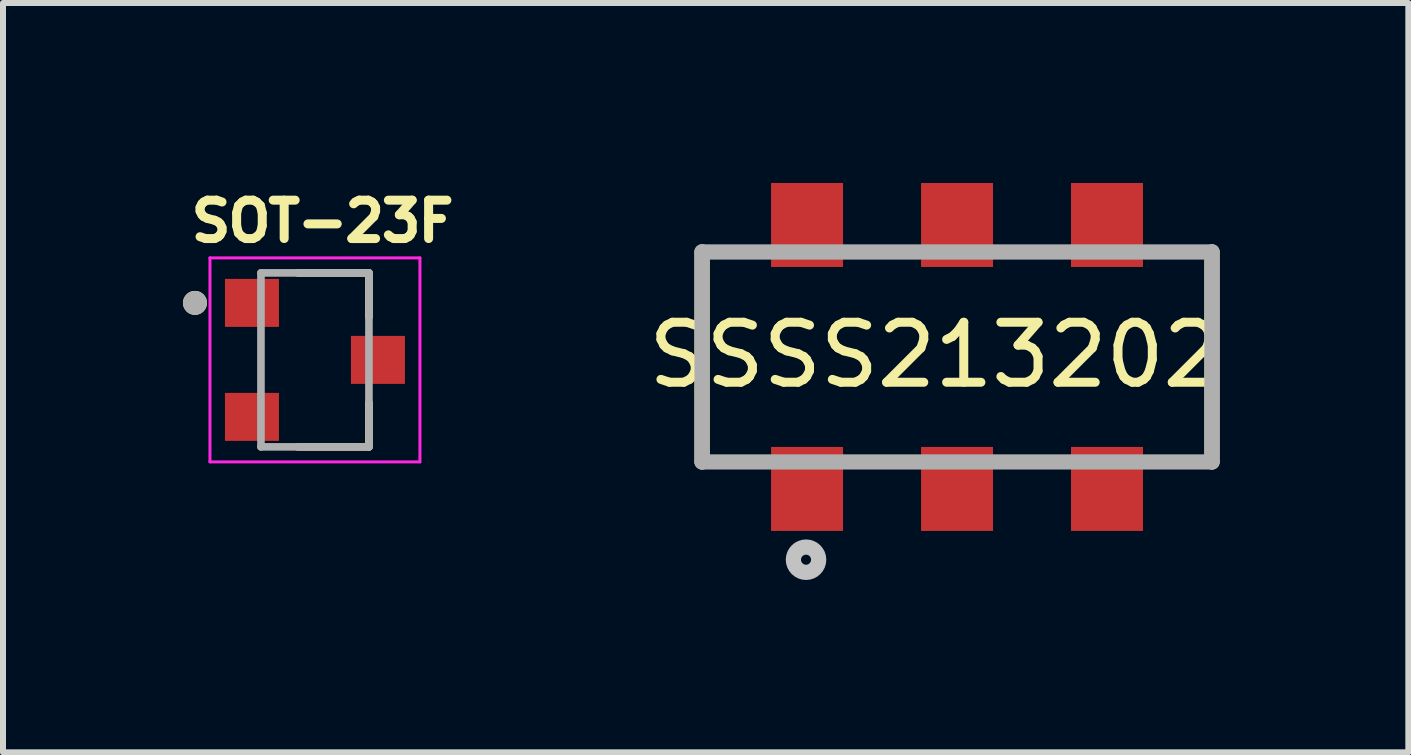
<source format=kicad_pcb>
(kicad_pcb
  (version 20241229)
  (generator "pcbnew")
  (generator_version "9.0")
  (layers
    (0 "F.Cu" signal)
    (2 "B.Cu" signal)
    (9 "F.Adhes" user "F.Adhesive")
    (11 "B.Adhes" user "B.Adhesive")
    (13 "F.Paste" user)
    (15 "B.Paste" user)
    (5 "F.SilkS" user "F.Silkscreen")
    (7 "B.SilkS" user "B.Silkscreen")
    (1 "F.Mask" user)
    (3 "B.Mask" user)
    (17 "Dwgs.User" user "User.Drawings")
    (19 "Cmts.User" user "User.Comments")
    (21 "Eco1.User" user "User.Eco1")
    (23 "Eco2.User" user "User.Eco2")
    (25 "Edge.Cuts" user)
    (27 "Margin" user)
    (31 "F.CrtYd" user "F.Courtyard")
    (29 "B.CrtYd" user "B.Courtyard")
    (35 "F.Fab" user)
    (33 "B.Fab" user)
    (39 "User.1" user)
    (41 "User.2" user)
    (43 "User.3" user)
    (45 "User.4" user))
  (footprint "SOT-23F"
    (layer "F.Cu")
    (at 2.2 2.949)
    (property "Reference" "SOT-23F" (at 0.127 -2.311 0) (layer "F.SilkS") (effects (font (size 0.64 0.64) (thickness 0.15))))
    (attr smd)
    (fp_line (start -0.286 -1.45) (end 0.9 -1.45) (stroke (width 0.127) (type solid)) (layer "F.SilkS"))
    (fp_line (start 0.9 -1.45) (end 0.9 -0.714) (stroke (width 0.127) (type solid)) (layer "F.SilkS"))
    (fp_line (start 0.9 0.714) (end 0.9 1.45) (stroke (width 0.127) (type solid)) (layer "F.SilkS"))
    (fp_line (start 0.9 1.45) (end -0.286 1.45) (stroke (width 0.127) (type solid)) (layer "F.SilkS"))
    (fp_circle (center -2 -0.95) (end -1.9 -0.95) (stroke (width 0.2) (type solid)) (fill no) (layer "F.SilkS"))
    (fp_line (start -1.75 -1.7) (end 1.75 -1.7) (stroke (width 0.05) (type solid)) (layer "F.CrtYd"))
    (fp_line (start -1.75 1.7) (end -1.75 -1.7) (stroke (width 0.05) (type solid)) (layer "F.CrtYd"))
    (fp_line (start 1.75 -1.7) (end 1.75 1.7) (stroke (width 0.05) (type solid)) (layer "F.CrtYd"))
    (fp_line (start 1.75 1.7) (end -1.75 1.7) (stroke (width 0.05) (type solid)) (layer "F.CrtYd"))
    (fp_line (start -0.9 -1.45) (end 0.9 -1.45) (stroke (width 0.127) (type solid)) (layer "F.Fab"))
    (fp_line (start -0.9 1.45) (end -0.9 -1.45) (stroke (width 0.127) (type solid)) (layer "F.Fab"))
    (fp_line (start 0.9 -1.45) (end 0.9 1.45) (stroke (width 0.127) (type solid)) (layer "F.Fab"))
    (fp_line (start 0.9 1.45) (end -0.9 1.45) (stroke (width 0.127) (type solid)) (layer "F.Fab"))
    (fp_circle (center -2 -0.95) (end -1.9 -0.95) (stroke (width 0.2) (type solid)) (fill no) (layer "F.Fab"))
    (pad "1" smd rect (at -1.05 -0.95) (size 0.9 0.8) (layers "F.Cu" "F.Mask" "F.Paste"))
    (pad "2" smd rect (at -1.05 0.95) (size 0.9 0.8) (layers "F.Cu" "F.Mask" "F.Paste"))
    (pad "3" smd rect (at 1.05 0) (size 0.9 0.8) (layers "F.Cu" "F.Mask" "F.Paste")))
  (footprint "SSSS213202"
    (layer "F.Cu")
    (at 12.903 2.9)
    (property "Reference" "SSSS213202" (at -0.364 -0.033 0) (layer "F.SilkS") (effects (font (size 1 1) (thickness 0.15))))
    (attr smd)
    (fp_line (start -4.25 1.75) (end -4.25 -1.75) (stroke (width 0.254) (type solid)) (layer "F.SilkS"))
    (fp_line (start 4.25 -1.75) (end 4.25 1.75) (stroke (width 0.254) (type solid)) (layer "F.SilkS"))
    (fp_circle (center -2.517 3.38) (end -2.433 3.38) (stroke (width 0.254) (type solid)) (fill no) (layer "Dwgs.User"))
    (fp_line (start -4.25 -1.75) (end 4.25 -1.75) (stroke (width 0.254) (type solid)) (layer "F.Fab"))
    (fp_line (start -4.25 1.75) (end -4.25 -1.75) (stroke (width 0.254) (type solid)) (layer "F.Fab"))
    (fp_line (start 4.25 -1.75) (end 4.25 1.75) (stroke (width 0.254) (type solid)) (layer "F.Fab"))
    (fp_line (start 4.25 1.75) (end -4.25 1.75) (stroke (width 0.254) (type solid)) (layer "F.Fab"))
    (pad "1" smd rect (at -2.5 2.2 90) (size 1.4 1.2) (layers "F.Cu" "F.Mask" "F.Paste"))
    (pad "2" smd rect (at 0 2.2 90) (size 1.4 1.2) (layers "F.Cu" "F.Mask" "F.Paste"))
    (pad "3" smd rect (at 2.5 2.2 90) (size 1.4 1.2) (layers "F.Cu" "F.Mask" "F.Paste"))
    (pad "4" smd rect (at -2.5 -2.2 90) (size 1.4 1.2) (layers "F.Cu" "F.Mask" "F.Paste"))
    (pad "5" smd rect (at 0 -2.2 90) (size 1.4 1.2) (layers "F.Cu" "F.Mask" "F.Paste"))
    (pad "6" smd rect (at 2.5 -2.2 90) (size 1.4 1.2) (layers "F.Cu" "F.Mask" "F.Paste")))
  (gr_rect
    (start -3 -3)
    (end 20.426 9.491)
    (stroke (width 0.1) (type default))
    (fill no)
    (layer "Edge.Cuts")))
</source>
